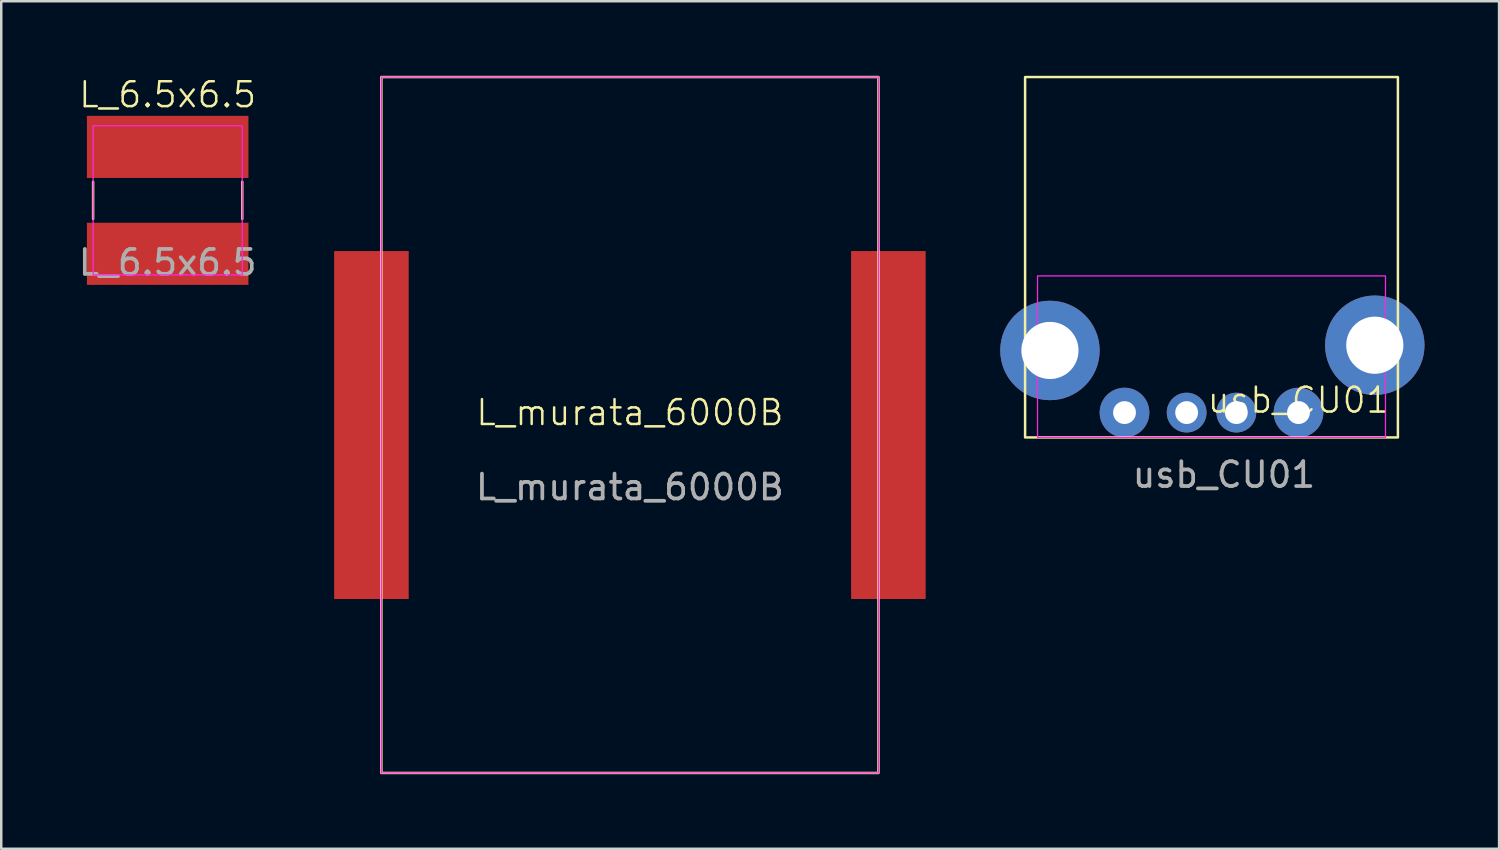
<source format=kicad_pcb>
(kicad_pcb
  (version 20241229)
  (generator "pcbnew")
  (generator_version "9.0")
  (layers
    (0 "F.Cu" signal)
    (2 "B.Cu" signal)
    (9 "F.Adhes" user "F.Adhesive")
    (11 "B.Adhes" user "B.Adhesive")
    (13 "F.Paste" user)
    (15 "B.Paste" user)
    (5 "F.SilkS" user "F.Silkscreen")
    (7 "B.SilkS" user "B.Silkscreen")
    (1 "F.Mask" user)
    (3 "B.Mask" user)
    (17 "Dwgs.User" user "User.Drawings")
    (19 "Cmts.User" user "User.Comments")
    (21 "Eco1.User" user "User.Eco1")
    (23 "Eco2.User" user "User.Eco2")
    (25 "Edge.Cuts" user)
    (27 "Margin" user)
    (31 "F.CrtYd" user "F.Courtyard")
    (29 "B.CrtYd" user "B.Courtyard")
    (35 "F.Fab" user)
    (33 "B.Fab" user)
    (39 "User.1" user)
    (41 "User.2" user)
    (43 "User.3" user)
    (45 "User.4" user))
  (footprint "L_6.5x6.5"
    (layer "F.Cu")
    (at 3.696 5.011)
    (property "Reference" "L_6.5x6.5" (at 0 -4.25 0) (unlocked yes) (layer "F.SilkS") (effects (font (size 1 1) (thickness 0.1))))
    (attr smd)
    (fp_line (start -3 -0.75) (end -3 0.75) (stroke (width 0.1) (type default)) (layer "F.SilkS"))
    (fp_line (start 3 -0.75) (end 3 0.75) (stroke (width 0.1) (type default)) (layer "F.SilkS"))
    (fp_rect (start -3 -3) (end 3 3) (stroke (width 0.05) (type default)) (fill no) (layer "F.CrtYd"))
    (fp_text user "${REFERENCE}" (at 0 2.5 0) (unlocked yes) (layer "F.Fab") (effects (font (size 1 1) (thickness 0.15))))
    (pad "1" smd rect (at 0 2.15) (size 6.5 2.5) (layers "F.Cu" "F.Mask" "F.Paste"))
    (pad "2" smd rect (at 0 -2.15) (size 6.5 2.5) (layers "F.Cu" "F.Mask" "F.Paste")))
  (footprint "usb_CU01"
    (layer "F.Cu")
    (at 49.193 13.55)
    (property "Reference" "usb_CU01" (at 0 -0.5 0) (unlocked yes) (layer "F.SilkS") (effects (font (size 1 1) (thickness 0.1))))
    (attr through_hole)
    (fp_rect (start -11 -13.5) (end 4 1) (stroke (width 0.1) (type default)) (fill no) (layer "F.SilkS"))
    (fp_rect (start -10.5 -5.5) (end 3.5 1) (stroke (width 0.05) (type default)) (fill no) (layer "F.CrtYd"))
    (fp_text user "${REFERENCE}" (at -3 2.5 0) (unlocked yes) (layer "F.Fab") (effects (font (size 1 1) (thickness 0.15))))
    (pad "1" thru_hole circle (at 0 0) (size 2 2) (drill 0.92) (layers "*.Cu" "*.Mask"))
    (pad "2" thru_hole circle (at -2.5 0) (size 1.6 1.6) (drill 0.92) (layers "*.Cu" "*.Mask"))
    (pad "3" thru_hole circle (at -4.5 0) (size 1.6 1.6) (drill 0.92) (layers "*.Cu" "*.Mask"))
    (pad "4" thru_hole circle (at -7 0) (size 2 2) (drill 0.92) (layers "*.Cu" "*.Mask"))
    (pad "5" thru_hole circle (at -10 -2.5) (size 4 4) (drill 2.3) (layers "*.Cu" "*.Mask"))
    (pad "5" thru_hole circle (at 3.07 -2.71) (size 4 4) (drill 2.3) (layers "*.Cu" "*.Mask")))
  (footprint "L_murata_6000B"
    (layer "F.Cu")
    (at 22.293 14.05)
    (property "Reference" "L_murata_6000B" (at 0 -0.5 0) (unlocked yes) (layer "F.SilkS") (effects (font (size 1 1) (thickness 0.1))))
    (attr smd)
    (fp_rect (start -10 -14) (end 10 14) (stroke (width 0.1) (type default)) (fill no) (layer "F.SilkS"))
    (fp_rect (start -10 -14) (end 10 14) (stroke (width 0.05) (type default)) (fill no) (layer "F.CrtYd"))
    (fp_text user "${REFERENCE}" (at 0 2.5 0) (unlocked yes) (layer "F.Fab") (effects (font (size 1 1) (thickness 0.15))))
    (pad "1" smd rect (at -10.4 0) (size 3 14) (layers "F.Cu" "F.Mask" "F.Paste"))
    (pad "2" smd rect (at 10.4 0) (size 3 14) (layers "F.Cu" "F.Mask" "F.Paste")))
  (gr_rect
    (start -3 -3)
    (end 57.263 31.1)
    (stroke (width 0.1) (type default))
    (fill no)
    (layer "Edge.Cuts")))
</source>
